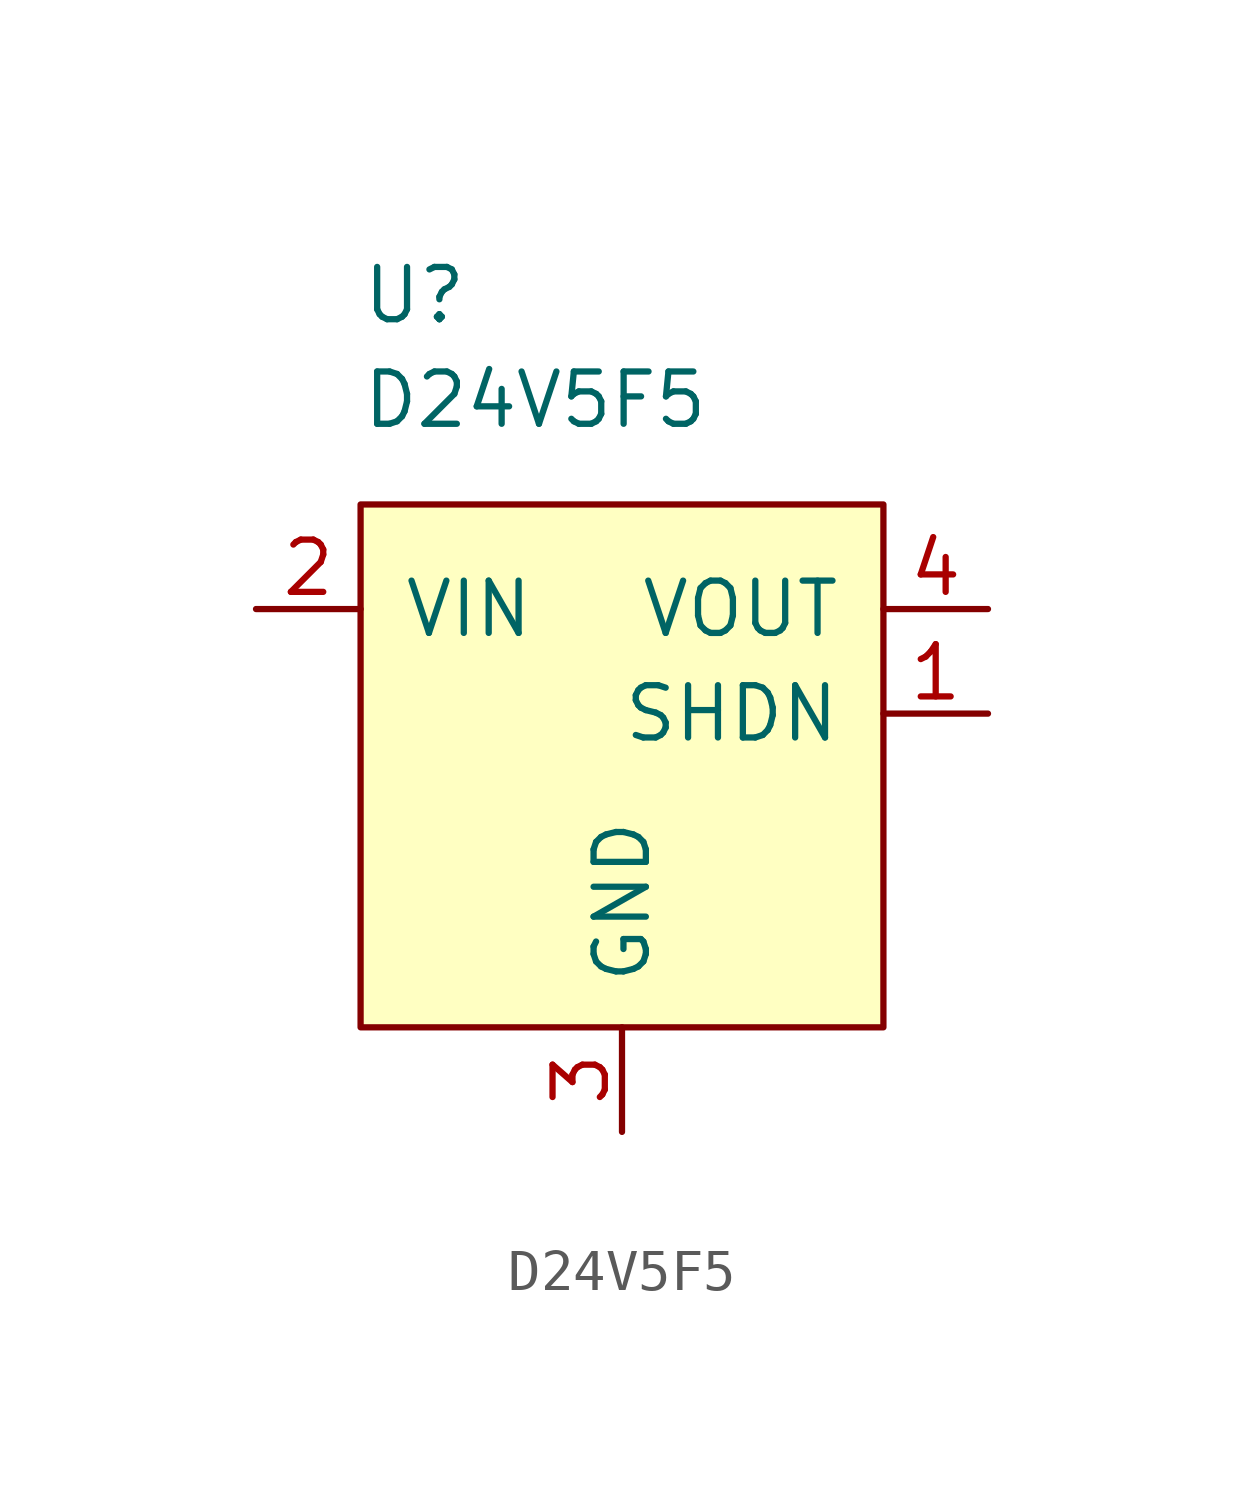
<source format=kicad_sym>
(kicad_symbol_lib
  (version 20241209)
  (generator "kicad_symbol_editor")
  (generator_version "9.0")
  (symbol "D24V5F5"
    (pin_names
      (offset 1.016))
    (property "Reference" "U"
      (at 11.43 -1.27 0)
      (effects (font (size 1.27 1.27)) (justify left)))
    (property "Value" "D24V5F5"
      (at 11.43 -3.81 0)
      (effects (font (size 1.27 1.27)) (justify left)))
    (symbol "D24V5F5_0_1"
      (rectangle (start 11.43 -6.35) (end 24.13 -19.05) (stroke (width 0) (type solid)) (fill (type background))))
    (symbol "D24V5F5_1_1"
      (pin power_in line (at 8.89 -8.89 0) (length 2.54) (name "VIN" (effects (font (size 1.27 1.27)))) (number "2" (effects (font (size 1.27 1.27)))))
      (pin power_in line (at 17.78 -21.59 90) (length 2.54) (name "GND" (effects (font (size 1.27 1.27)))) (number "3" (effects (font (size 1.27 1.27)))))
      (pin power_out line (at 26.67 -8.89 180) (length 2.54) (name "VOUT" (effects (font (size 1.27 1.27)))) (number "4" (effects (font (size 1.27 1.27)))))
      (pin input line (at 26.67 -11.43 180) (length 2.54) (name "SHDN" (effects (font (size 1.27 1.27)))) (number "1" (effects (font (size 1.27 1.27))))))))
</source>
